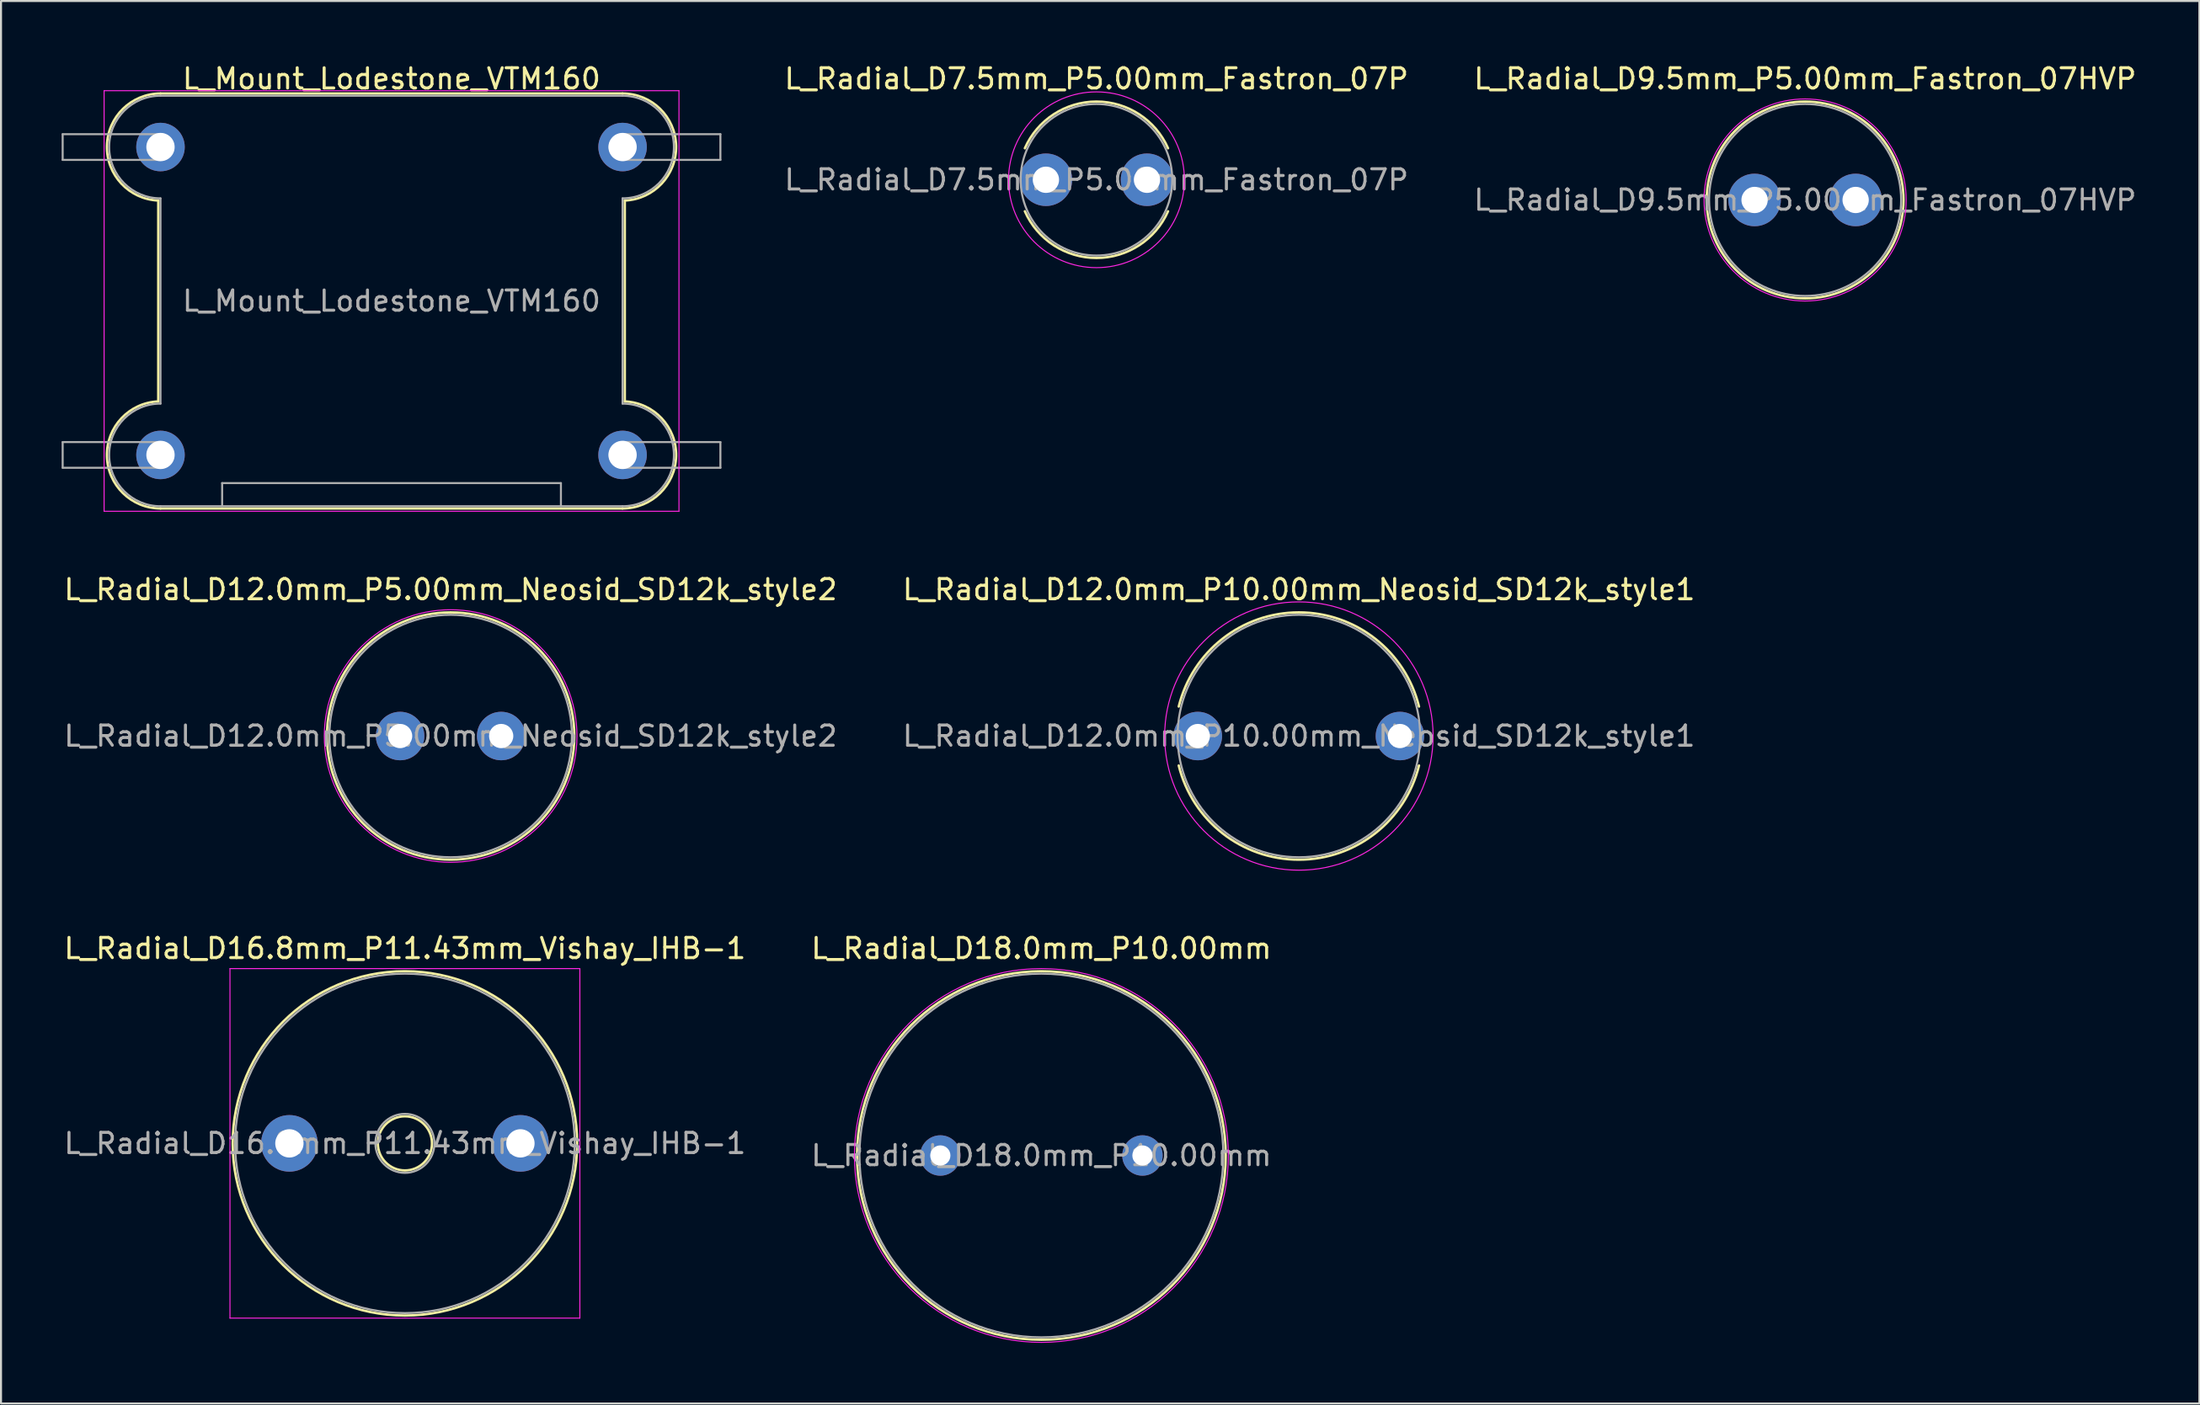
<source format=kicad_pcb>
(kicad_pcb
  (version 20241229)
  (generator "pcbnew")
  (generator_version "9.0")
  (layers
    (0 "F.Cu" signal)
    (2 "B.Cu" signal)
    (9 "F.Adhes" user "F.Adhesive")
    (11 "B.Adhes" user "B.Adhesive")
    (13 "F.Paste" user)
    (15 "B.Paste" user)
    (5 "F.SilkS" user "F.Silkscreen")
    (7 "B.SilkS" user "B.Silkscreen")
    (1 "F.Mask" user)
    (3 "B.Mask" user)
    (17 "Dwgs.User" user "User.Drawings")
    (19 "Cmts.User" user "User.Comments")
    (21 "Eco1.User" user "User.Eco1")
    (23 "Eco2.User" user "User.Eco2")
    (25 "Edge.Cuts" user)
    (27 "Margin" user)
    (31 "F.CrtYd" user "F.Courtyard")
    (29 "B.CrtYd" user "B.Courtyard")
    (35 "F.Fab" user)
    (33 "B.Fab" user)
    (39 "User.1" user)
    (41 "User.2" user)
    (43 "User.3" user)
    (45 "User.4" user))
  (footprint "L_Radial_D12.0mm_P5.00mm_Neosid_SD12k_style2"
    (layer "F.Cu")
    (at 16.744 33.382)
    (property "Reference" "L_Radial_D12.0mm_P5.00mm_Neosid_SD12k_style2" (at 2.5 -7.25 0) (layer "F.SilkS") (effects (font (size 1 1) (thickness 0.15))))
    (attr through_hole)
    (fp_circle (center 2.5 0) (end 8.62 0) (stroke (width 0.12) (type solid)) (fill no) (layer "F.SilkS"))
    (fp_circle (center 2.5 0) (end 8.75 0) (stroke (width 0.05) (type solid)) (fill no) (layer "F.CrtYd"))
    (fp_circle (center 2.5 0) (end 8.5 0) (stroke (width 0.1) (type solid)) (fill no) (layer "F.Fab"))
    (fp_text user "${REFERENCE}" (at 2.5 0 0) (layer "F.Fab") (effects (font (size 1 1) (thickness 0.15))))
    (pad "1" thru_hole circle (at 0 0) (size 2.4 2.4) (drill 1.2) (layers "*.Cu" "*.Mask"))
    (pad "2" thru_hole circle (at 5 0) (size 2.4 2.4) (drill 1.2) (layers "*.Cu" "*.Mask")))
  (footprint "L_Radial_D7.5mm_P5.00mm_Fastron_07P"
    (layer "F.Cu")
    (at 48.694 5.848)
    (property "Reference" "L_Radial_D7.5mm_P5.00mm_Fastron_07P" (at 2.5 -5 0) (layer "F.SilkS") (effects (font (size 1 1) (thickness 0.15))))
    (attr through_hole)
    (fp_arc (start -1.041652 -1.56) (mid 2.5 -3.87) (end 6.041652 -1.56) (stroke (width 0.12) (type solid)) (layer "F.SilkS"))
    (fp_arc (start 6.041652 1.56) (mid 2.5 3.87) (end -1.041652 1.56) (stroke (width 0.12) (type solid)) (layer "F.SilkS"))
    (fp_circle (center 2.5 0) (end 6.85 0) (stroke (width 0.05) (type solid)) (fill no) (layer "F.CrtYd"))
    (fp_circle (center 2.5 0) (end 6.25 0) (stroke (width 0.1) (type solid)) (fill no) (layer "F.Fab"))
    (fp_text user "${REFERENCE}" (at 2.5 0 0) (layer "F.Fab") (effects (font (size 1 1) (thickness 0.15))))
    (pad "1" thru_hole circle (at 0 0) (size 2.6 2.6) (drill 1.3) (layers "*.Cu" "*.Mask"))
    (pad "2" thru_hole circle (at 5 0) (size 2.6 2.6) (drill 1.3) (layers "*.Cu" "*.Mask")))
  (footprint "L_Radial_D16.8mm_P11.43mm_Vishay_IHB-1"
    (layer "F.Cu")
    (at 11.267 53.545)
    (property "Reference" "L_Radial_D16.8mm_P11.43mm_Vishay_IHB-1" (at 5.715 -9.65 0) (layer "F.SilkS") (effects (font (size 1 1) (thickness 0.15))))
    (attr through_hole)
    (fp_circle (center 5.715 0) (end 7.055 0) (stroke (width 0.12) (type solid)) (fill no) (layer "F.SilkS"))
    (fp_circle (center 5.715 0) (end 14.235 0) (stroke (width 0.12) (type solid)) (fill no) (layer "F.SilkS"))
    (fp_line (start -2.94 -8.65) (end -2.94 8.65) (stroke (width 0.05) (type solid)) (layer "F.CrtYd"))
    (fp_line (start -2.94 8.65) (end 14.37 8.65) (stroke (width 0.05) (type solid)) (layer "F.CrtYd"))
    (fp_line (start 14.37 -8.65) (end -2.94 -8.65) (stroke (width 0.05) (type solid)) (layer "F.CrtYd"))
    (fp_line (start 14.37 8.65) (end 14.37 -8.65) (stroke (width 0.05) (type solid)) (layer "F.CrtYd"))
    (fp_circle (center 5.715 0) (end 7.175 0) (stroke (width 0.1) (type solid)) (fill no) (layer "F.Fab"))
    (fp_circle (center 5.715 0) (end 14.115 0) (stroke (width 0.1) (type solid)) (fill no) (layer "F.Fab"))
    (fp_text user "${REFERENCE}" (at 5.715 0 0) (layer "F.Fab") (effects (font (size 1 1) (thickness 0.15))))
    (pad "1" thru_hole circle (at 0 0) (size 2.8 2.8) (drill 1.4) (layers "*.Cu" "*.Mask"))
    (pad "2" thru_hole circle (at 11.43 0) (size 2.8 2.8) (drill 1.4) (layers "*.Cu" "*.Mask")))
  (footprint "L_Radial_D9.5mm_P5.00mm_Fastron_07HVP"
    (layer "F.Cu")
    (at 83.753 6.848)
    (property "Reference" "L_Radial_D9.5mm_P5.00mm_Fastron_07HVP" (at 2.5 -6 0) (layer "F.SilkS") (effects (font (size 1 1) (thickness 0.15))))
    (attr through_hole)
    (fp_circle (center 2.5 0) (end 7.37 0) (stroke (width 0.12) (type solid)) (fill no) (layer "F.SilkS"))
    (fp_circle (center 2.5 0) (end 7.5 0) (stroke (width 0.05) (type solid)) (fill no) (layer "F.CrtYd"))
    (fp_circle (center 2.5 0) (end 7.25 0) (stroke (width 0.1) (type solid)) (fill no) (layer "F.Fab"))
    (fp_text user "${REFERENCE}" (at 2.5 0 0) (layer "F.Fab") (effects (font (size 1 1) (thickness 0.15))))
    (pad "1" thru_hole circle (at 0 0) (size 2.6 2.6) (drill 1.3) (layers "*.Cu" "*.Mask"))
    (pad "2" thru_hole circle (at 5 0) (size 2.6 2.6) (drill 1.3) (layers "*.Cu" "*.Mask")))
  (footprint "L_Radial_D18.0mm_P10.00mm"
    (layer "F.Cu")
    (at 43.47 54.145)
    (property "Reference" "L_Radial_D18.0mm_P10.00mm" (at 5 -10.25 0) (layer "F.SilkS") (effects (font (size 1 1) (thickness 0.15))))
    (attr through_hole)
    (fp_circle (center 5 0) (end 14.12 0) (stroke (width 0.12) (type solid)) (fill no) (layer "F.SilkS"))
    (fp_circle (center 5 0) (end 14.25 0) (stroke (width 0.05) (type solid)) (fill no) (layer "F.CrtYd"))
    (fp_circle (center 5 0) (end 14 0) (stroke (width 0.1) (type solid)) (fill no) (layer "F.Fab"))
    (fp_text user "${REFERENCE}" (at 5 0 0) (layer "F.Fab") (effects (font (size 1 1) (thickness 0.15))))
    (pad "1" thru_hole circle (at 0 0) (size 2 2) (drill 1) (layers "*.Cu" "*.Mask"))
    (pad "2" thru_hole circle (at 10 0) (size 2 2) (drill 1) (layers "*.Cu" "*.Mask")))
  (footprint "L_Mount_Lodestone_VTM160"
    (layer "F.Cu")
    (at 4.89 19.468)
    (property "Reference" "L_Mount_Lodestone_VTM160" (at 11.43 -18.62 0) (layer "F.SilkS") (effects (font (size 1 1) (thickness 0.15))))
    (attr through_hole)
    (fp_line (start -0.11 -2.65) (end -0.11 -12.59) (stroke (width 0.12) (type solid)) (layer "F.SilkS"))
    (fp_line (start 0 -17.89) (end 22.86 -17.89) (stroke (width 0.12) (type solid)) (layer "F.SilkS"))
    (fp_line (start 0 2.65) (end 22.86 2.65) (stroke (width 0.12) (type solid)) (layer "F.SilkS"))
    (fp_line (start 22.97 -2.65) (end 22.97 -12.59) (stroke (width 0.12) (type solid)) (layer "F.SilkS"))
    (fp_arc (start -0.11097 -12.592325) (mid -2.649418 -15.295497) (end 0 -17.89) (stroke (width 0.12) (type solid)) (layer "F.SilkS"))
    (fp_arc (start 0 2.65) (mid -2.649419 0.055497) (end -0.11097 -2.647675) (stroke (width 0.12) (type solid)) (layer "F.SilkS"))
    (fp_arc (start 22.86 -17.89) (mid 25.509419 -15.295497) (end 22.97097 -12.592325) (stroke (width 0.12) (type solid)) (layer "F.SilkS"))
    (fp_arc (start 22.97097 -2.647675) (mid 25.509418 0.055497) (end 22.86 2.65) (stroke (width 0.12) (type solid)) (layer "F.SilkS"))
    (fp_line (start -2.79 -18.03) (end 25.65 -18.03) (stroke (width 0.05) (type solid)) (layer "F.CrtYd"))
    (fp_line (start -2.79 2.79) (end -2.79 -18.03) (stroke (width 0.05) (type solid)) (layer "F.CrtYd"))
    (fp_line (start -2.79 2.79) (end 25.65 2.79) (stroke (width 0.05) (type solid)) (layer "F.CrtYd"))
    (fp_line (start 25.65 2.79) (end 25.65 -18.03) (stroke (width 0.05) (type solid)) (layer "F.CrtYd"))
    (fp_line (start -4.84 -15.875) (end 0 -15.875) (stroke (width 0.1) (type solid)) (layer "F.Fab"))
    (fp_line (start -4.84 -14.605) (end -4.84 -15.875) (stroke (width 0.1) (type solid)) (layer "F.Fab"))
    (fp_line (start -4.84 -0.635) (end 0 -0.635) (stroke (width 0.1) (type solid)) (layer "F.Fab"))
    (fp_line (start -4.84 0.635) (end -4.84 -0.635) (stroke (width 0.1) (type solid)) (layer "F.Fab"))
    (fp_line (start 0 -17.78) (end 22.86 -17.78) (stroke (width 0.1) (type solid)) (layer "F.Fab"))
    (fp_line (start 0 -14.605) (end -4.84 -14.605) (stroke (width 0.1) (type solid)) (layer "F.Fab"))
    (fp_line (start 0 -2.54) (end 0 -12.7) (stroke (width 0.1) (type solid)) (layer "F.Fab"))
    (fp_line (start 0 0.635) (end -4.84 0.635) (stroke (width 0.1) (type solid)) (layer "F.Fab"))
    (fp_line (start 0 2.54) (end 22.86 2.54) (stroke (width 0.1) (type solid)) (layer "F.Fab"))
    (fp_line (start 3.05 1.395) (end 3.05 2.54) (stroke (width 0.1) (type solid)) (layer "F.Fab"))
    (fp_line (start 3.05 1.395) (end 19.81 1.395) (stroke (width 0.1) (type solid)) (layer "F.Fab"))
    (fp_line (start 19.81 1.395) (end 19.81 2.54) (stroke (width 0.1) (type solid)) (layer "F.Fab"))
    (fp_line (start 22.86 -15.875) (end 27.7 -15.875) (stroke (width 0.1) (type solid)) (layer "F.Fab"))
    (fp_line (start 22.86 -2.54) (end 22.86 -12.7) (stroke (width 0.1) (type solid)) (layer "F.Fab"))
    (fp_line (start 22.86 -0.635) (end 27.7 -0.635) (stroke (width 0.1) (type solid)) (layer "F.Fab"))
    (fp_line (start 27.7 -15.875) (end 27.7 -14.605) (stroke (width 0.1) (type solid)) (layer "F.Fab"))
    (fp_line (start 27.7 -14.605) (end 22.86 -14.605) (stroke (width 0.1) (type solid)) (layer "F.Fab"))
    (fp_line (start 27.7 -0.635) (end 27.7 0.635) (stroke (width 0.1) (type solid)) (layer "F.Fab"))
    (fp_line (start 27.7 0.635) (end 22.86 0.635) (stroke (width 0.1) (type solid)) (layer "F.Fab"))
    (fp_arc (start 0 -15.875) (mid 0.635 -15.24) (end 0 -14.605) (stroke (width 0.1) (type solid)) (layer "F.Fab"))
    (fp_arc (start 0 -12.7) (mid -2.54 -15.24) (end 0 -17.78) (stroke (width 0.1) (type solid)) (layer "F.Fab"))
    (fp_arc (start 0 -0.635) (mid 0.635 0) (end 0 0.635) (stroke (width 0.1) (type solid)) (layer "F.Fab"))
    (fp_arc (start 0 2.54) (mid -2.54 0) (end 0 -2.54) (stroke (width 0.1) (type solid)) (layer "F.Fab"))
    (fp_arc (start 22.86 -17.78) (mid 25.4 -15.24) (end 22.86 -12.7) (stroke (width 0.1) (type solid)) (layer "F.Fab"))
    (fp_arc (start 22.86 -14.605) (mid 22.225 -15.24) (end 22.86 -15.875) (stroke (width 0.1) (type solid)) (layer "F.Fab"))
    (fp_arc (start 22.86 -2.54) (mid 25.4 0) (end 22.86 2.54) (stroke (width 0.1) (type solid)) (layer "F.Fab"))
    (fp_arc (start 22.86 0.635) (mid 22.225 0) (end 22.86 -0.635) (stroke (width 0.1) (type solid)) (layer "F.Fab"))
    (fp_text user "${REFERENCE}" (at 11.43 -7.62 0) (layer "F.Fab") (effects (font (size 1 1) (thickness 0.15))))
    (pad "1" thru_hole circle (at 0 0) (size 2.4 2.4) (drill 1.4) (layers "*.Cu" "*.Mask"))
    (pad "2" thru_hole circle (at 22.86 -15.24) (size 2.4 2.4) (drill 1.4) (layers "*.Cu" "*.Mask"))
    (pad "3" thru_hole circle (at 0 -15.24) (size 2.4 2.4) (drill 1.4) (layers "*.Cu" "*.Mask"))
    (pad "4" thru_hole circle (at 22.86 0) (size 2.4 2.4) (drill 1.4) (layers "*.Cu" "*.Mask")))
  (footprint "L_Radial_D12.0mm_P10.00mm_Neosid_SD12k_style1"
    (layer "F.Cu")
    (at 56.208 33.382)
    (property "Reference" "L_Radial_D12.0mm_P10.00mm_Neosid_SD12k_style1" (at 5 -7.25 0) (layer "F.SilkS") (effects (font (size 1 1) (thickness 0.15))))
    (attr through_hole)
    (fp_arc (start -0.943299 -1.46) (mid 5 -6.12) (end 10.943299 -1.46) (stroke (width 0.12) (type solid)) (layer "F.SilkS"))
    (fp_arc (start 10.943299 1.46) (mid 5 6.12) (end -0.943299 1.46) (stroke (width 0.12) (type solid)) (layer "F.SilkS"))
    (fp_circle (center 5 0) (end 11.64 0) (stroke (width 0.05) (type solid)) (fill no) (layer "F.CrtYd"))
    (fp_circle (center 5 0) (end 11 0) (stroke (width 0.1) (type solid)) (fill no) (layer "F.Fab"))
    (fp_text user "${REFERENCE}" (at 5 0 0) (layer "F.Fab") (effects (font (size 1 1) (thickness 0.15))))
    (pad "1" thru_hole circle (at 0 0) (size 2.4 2.4) (drill 1.2) (layers "*.Cu" "*.Mask"))
    (pad "2" thru_hole circle (at 10 0) (size 2.4 2.4) (drill 1.2) (layers "*.Cu" "*.Mask")))
  (gr_rect
    (start -3 -3)
    (end 105.759 66.42)
    (stroke (width 0.1) (type default))
    (fill no)
    (layer "Edge.Cuts")))
</source>
